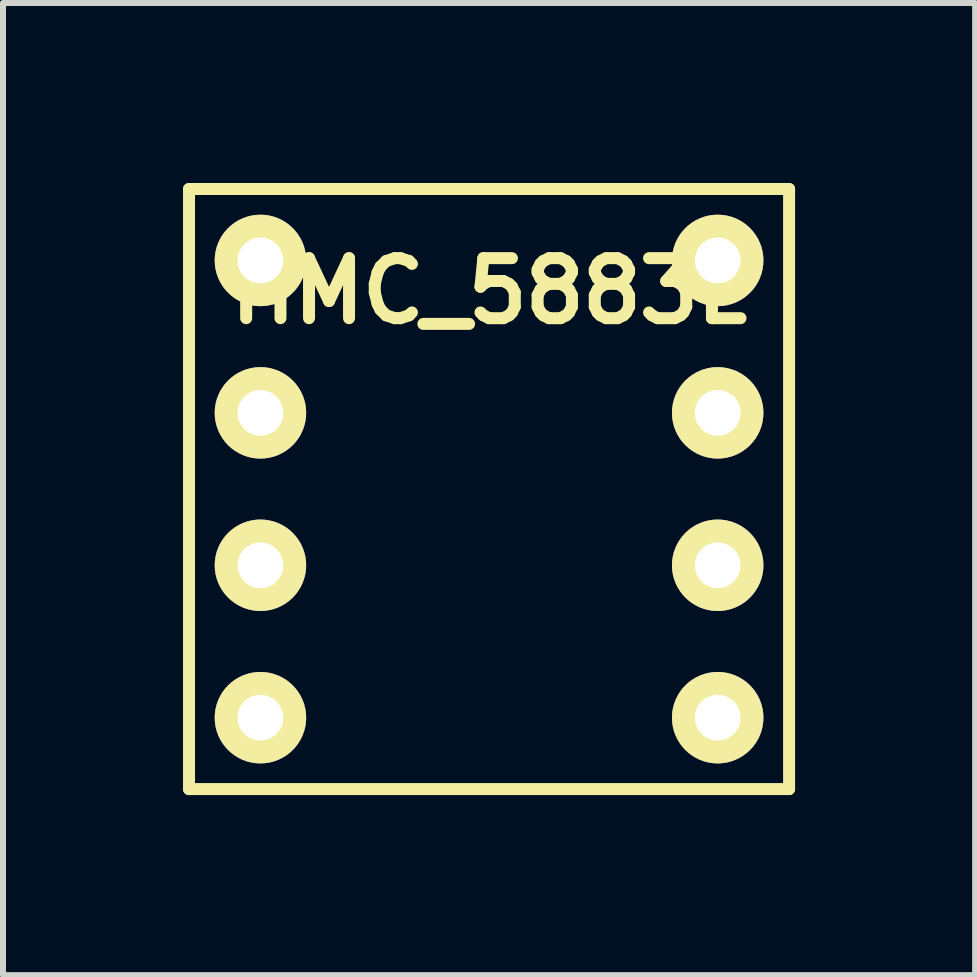
<source format=kicad_pcb>
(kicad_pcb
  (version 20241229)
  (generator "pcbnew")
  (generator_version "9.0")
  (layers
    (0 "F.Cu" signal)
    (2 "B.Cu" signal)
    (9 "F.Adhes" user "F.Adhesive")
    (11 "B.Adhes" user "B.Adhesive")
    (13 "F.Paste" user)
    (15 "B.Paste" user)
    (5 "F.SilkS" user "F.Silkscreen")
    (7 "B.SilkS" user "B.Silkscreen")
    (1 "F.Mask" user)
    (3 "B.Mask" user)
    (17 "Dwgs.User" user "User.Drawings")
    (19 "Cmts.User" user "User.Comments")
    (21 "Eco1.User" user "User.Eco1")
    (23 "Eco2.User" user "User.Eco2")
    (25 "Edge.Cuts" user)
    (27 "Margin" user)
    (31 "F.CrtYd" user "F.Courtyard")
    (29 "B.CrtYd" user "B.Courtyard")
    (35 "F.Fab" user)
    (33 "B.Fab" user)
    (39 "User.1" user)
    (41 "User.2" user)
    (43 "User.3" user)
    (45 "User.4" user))
  (footprint "HMC_5883L"
    (layer "F.Cu")
    (at 5.1 5.1)
    (property "Reference" "HMC_5883L" (at 0 -3.3 0) (layer "F.SilkS") (effects (font (size 1 1) (thickness 0.2))))
    (attr through_hole)
    (fp_line (start -5 -5) (end 5 -5) (stroke (width 0.2) (type solid)) (layer "F.SilkS"))
    (fp_line (start -5 5) (end -5 -5) (stroke (width 0.2) (type solid)) (layer "F.SilkS"))
    (fp_line (start 5 -5) (end 5 5) (stroke (width 0.2) (type solid)) (layer "F.SilkS"))
    (fp_line (start 5 5) (end -5 5) (stroke (width 0.2) (type solid)) (layer "F.SilkS"))
    (pad "" thru_hole circle (at 3.81 3.81) (size 1.524 1.524) (drill 0.762) (layers "*.Cu" "*.Mask" "F.SilkS"))
    (pad "C1" thru_hole circle (at 3.81 1.27) (size 1.524 1.524) (drill 0.762) (layers "*.Cu" "*.Mask" "F.SilkS"))
    (pad "C2" thru_hole circle (at 3.81 -3.81) (size 1.524 1.524) (drill 0.762) (layers "*.Cu" "*.Mask" "F.SilkS"))
    (pad "GND" thru_hole circle (at -3.81 3.81) (size 1.524 1.524) (drill 0.762) (layers "*.Cu" "*.Mask" "F.SilkS"))
    (pad "SCL" thru_hole circle (at -3.81 1.27) (size 1.524 1.524) (drill 0.762) (layers "*.Cu" "*.Mask" "F.SilkS"))
    (pad "SDA" thru_hole circle (at -3.81 -1.27) (size 1.524 1.524) (drill 0.762) (layers "*.Cu" "*.Mask" "F.SilkS"))
    (pad "V1" thru_hole circle (at 3.81 -1.27) (size 1.524 1.524) (drill 0.762) (layers "*.Cu" "*.Mask" "F.SilkS"))
    (pad "VCC" thru_hole circle (at -3.81 -3.81) (size 1.524 1.524) (drill 0.762) (layers "*.Cu" "*.Mask" "F.SilkS")))
  (gr_rect
    (start -3 -3)
    (end 13.2 13.2)
    (stroke (width 0.1) (type default))
    (fill no)
    (layer "Edge.Cuts")))
</source>
